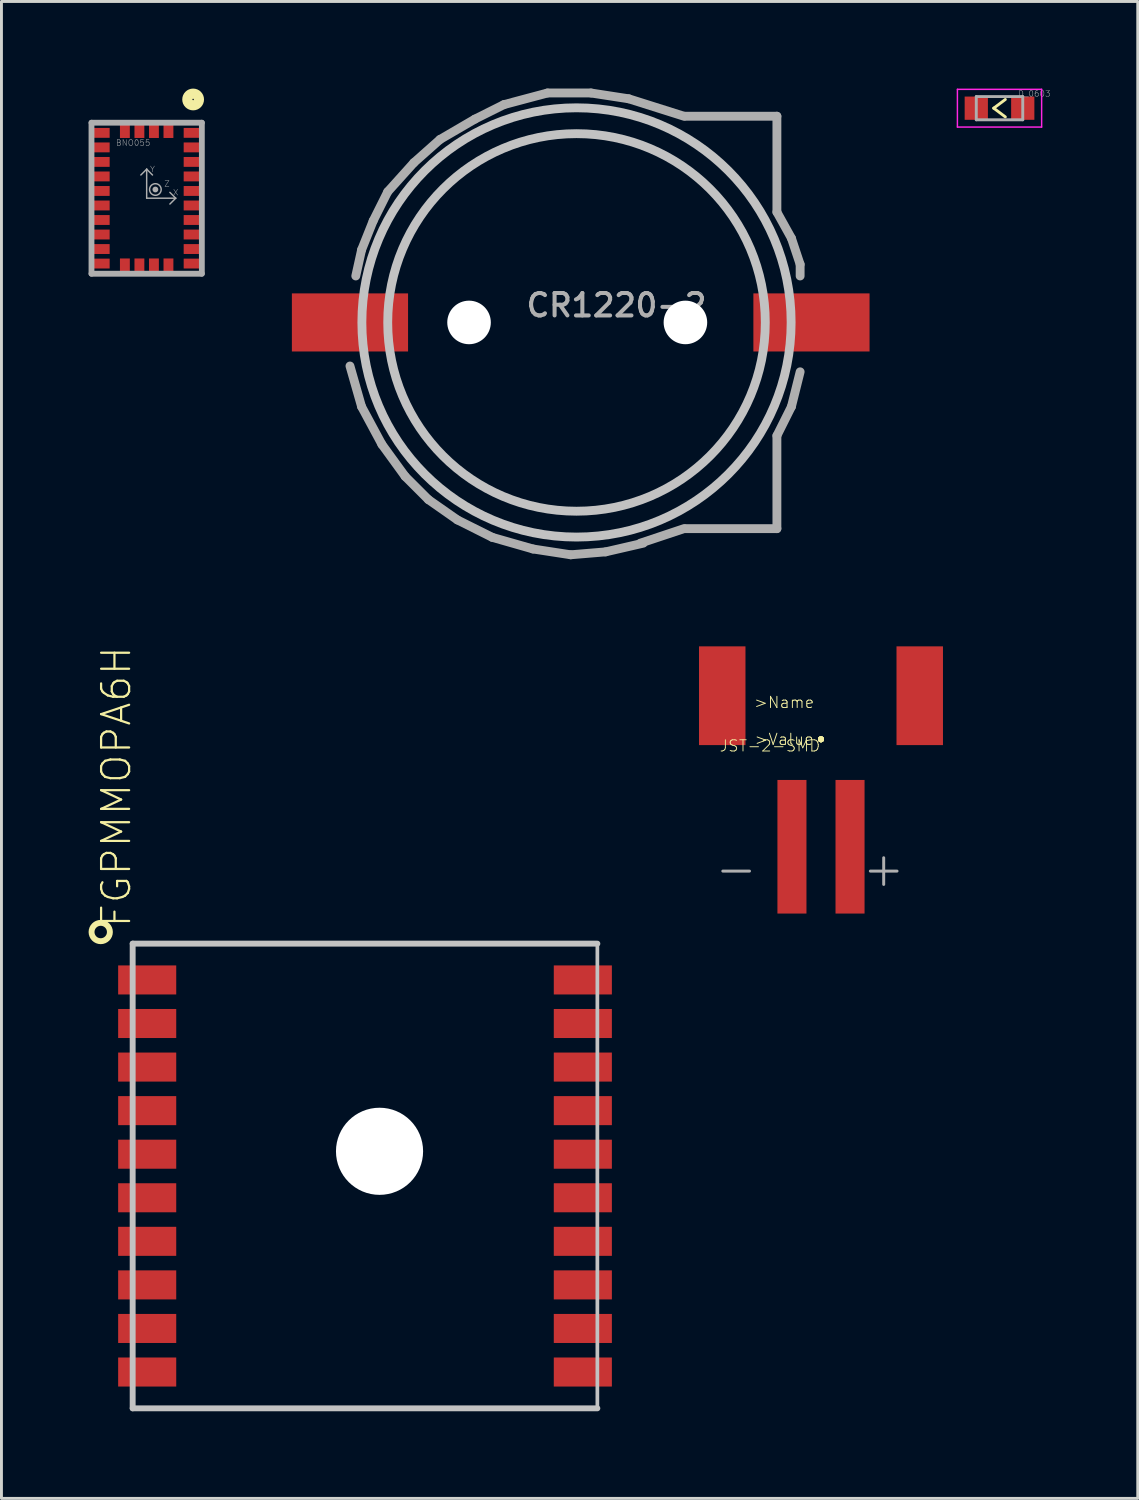
<source format=kicad_pcb>
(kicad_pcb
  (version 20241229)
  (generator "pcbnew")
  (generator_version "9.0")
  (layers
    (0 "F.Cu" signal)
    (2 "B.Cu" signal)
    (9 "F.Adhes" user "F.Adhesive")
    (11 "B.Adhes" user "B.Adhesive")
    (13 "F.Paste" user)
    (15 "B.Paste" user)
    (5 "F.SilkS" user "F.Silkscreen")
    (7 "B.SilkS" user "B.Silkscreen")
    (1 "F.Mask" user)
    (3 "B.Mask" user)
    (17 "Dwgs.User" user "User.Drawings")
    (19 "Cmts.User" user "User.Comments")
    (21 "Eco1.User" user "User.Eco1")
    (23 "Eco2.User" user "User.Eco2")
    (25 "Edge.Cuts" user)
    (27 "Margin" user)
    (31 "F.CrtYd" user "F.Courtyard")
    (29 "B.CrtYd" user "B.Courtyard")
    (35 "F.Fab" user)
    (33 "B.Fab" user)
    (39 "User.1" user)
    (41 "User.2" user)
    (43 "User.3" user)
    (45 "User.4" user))
  (footprint "D_0603"
    (layer "F.Cu")
    (at 31.365 0.675)
    (property "Reference" "D_0603" (at 1.2 -0.5 0) (layer "F.Fab") (effects (font (size 0.2 0.2) (thickness 0.015))))
    (attr smd)
    (fp_line (start -0.2 0) (end 0.2 -0.3) (stroke (width 0.1) (type solid)) (layer "F.SilkS"))
    (fp_line (start 0.2 0.3) (end -0.2 0) (stroke (width 0.1) (type solid)) (layer "F.SilkS"))
    (fp_line (start -1.45 -0.65) (end 1.45 -0.65) (stroke (width 0.05) (type solid)) (layer "F.CrtYd"))
    (fp_line (start -1.45 0.65) (end -1.45 -0.65) (stroke (width 0.05) (type solid)) (layer "F.CrtYd"))
    (fp_line (start 1.45 -0.65) (end 1.45 0.65) (stroke (width 0.05) (type solid)) (layer "F.CrtYd"))
    (fp_line (start 1.45 0.65) (end -1.45 0.65) (stroke (width 0.05) (type solid)) (layer "F.CrtYd"))
    (fp_line (start -0.8 -0.4) (end 0.8 -0.4) (stroke (width 0.1) (type solid)) (layer "F.Fab"))
    (fp_line (start -0.8 0.4) (end -0.8 -0.4) (stroke (width 0.1) (type solid)) (layer "F.Fab"))
    (fp_line (start 0.8 -0.4) (end 0.8 0.4) (stroke (width 0.1) (type solid)) (layer "F.Fab"))
    (fp_line (start 0.8 0.4) (end -0.8 0.4) (stroke (width 0.1) (type solid)) (layer "F.Fab"))
    (pad "1" smd rect (at -0.8 0 180) (size 0.8 0.8) (layers "F.Cu" "F.Mask" "F.Paste"))
    (pad "2" smd rect (at 0.8 0 180) (size 0.8 0.8) (layers "F.Cu" "F.Mask" "F.Paste")))
  (footprint "JST-2-SMD"
    (layer "F.Cu")
    (at 25.218 22.405)
    (property "Reference" "JST-2-SMD" (at 0 0 180) (layer "F.SilkS") (effects (font (size 0.386 0.386) (thickness 0.031)) (justify right top)))
    (attr through_hole)
    (fp_line (start 0 0) (end 0 0) (stroke (width 0.203) (type solid)) (layer "F.SilkS"))
    (fp_line (start 0 0) (end 0 0) (stroke (width 0.203) (type solid)) (layer "F.SilkS"))
    (fp_line (start 0 0) (end 0 0) (stroke (width 0.203) (type solid)) (layer "F.SilkS"))
    (fp_line (start 0 0) (end 0 0) (stroke (width 0.203) (type solid)) (layer "F.SilkS"))
    (fp_line (start 0 0) (end 0 0) (stroke (width 0.203) (type solid)) (layer "F.SilkS"))
    (fp_line (start 0 0) (end 0 0) (stroke (width 0.203) (type solid)) (layer "F.SilkS"))
    (fp_line (start 0 0) (end 0 0) (stroke (width 0.203) (type solid)) (layer "F.SilkS"))
    (fp_line (start 0 0) (end 0 0) (stroke (width 0.203) (type solid)) (layer "F.SilkS"))
    (fp_line (start 0 0) (end 0 0) (stroke (width 0.203) (type solid)) (layer "F.SilkS"))
    (fp_text user ">Value" (at -1.27 0 0) (layer "F.SilkS") (effects (font (size 0.386 0.386) (thickness 0.033))))
    (fp_text user ">Name" (at -1.27 -1.27 0) (layer "F.SilkS") (effects (font (size 0.386 0.386) (thickness 0.033))))
    (fp_text user "-" (at -2.921 4.445 0) (layer "F.Fab") (effects (font (size 1.206 1.206) (thickness 0.102))))
    (fp_text user "+" (at 2.159 4.445 0) (layer "F.Fab") (effects (font (size 1.206 1.206) (thickness 0.102))))
    (pad "1" smd rect (at -1 3.7) (size 1 4.6) (layers "F.Cu" "F.Mask" "F.Paste"))
    (pad "2" smd rect (at 1 3.7) (size 1 4.6) (layers "F.Cu" "F.Mask" "F.Paste"))
    (pad "NC1" smd rect (at -3.4 -1.5 90) (size 3.4 1.6) (layers "F.Cu" "F.Mask" "F.Paste"))
    (pad "NC2" smd rect (at 3.4 -1.5 90) (size 3.4 1.6) (layers "F.Cu" "F.Mask" "F.Paste")))
  (footprint "BNO055"
    (layer "F.Cu")
    (at 2 3.775)
    (property "Reference" "BNO055" (at -1.071 -1.792 0) (layer "F.Fab") (effects (font (size 0.2 0.2) (thickness 0.015)) (justify left bottom)))
    (attr through_hole)
    (fp_circle (center 1.6 -3.4) (end 1.6 -3.2) (stroke (width 0.35) (type solid)) (fill no) (layer "F.SilkS"))
    (fp_line (start -1.9 -2.6) (end 1.9 -2.6) (stroke (width 0.2) (type solid)) (layer "F.Fab"))
    (fp_line (start -1.9 2.6) (end -1.9 -2.6) (stroke (width 0.2) (type solid)) (layer "F.Fab"))
    (fp_line (start -0.2 -0.8) (end 0 -1) (stroke (width 0.05) (type solid)) (layer "F.Fab"))
    (fp_line (start 0 -1) (end 0 0) (stroke (width 0.05) (type solid)) (layer "F.Fab"))
    (fp_line (start 0 0) (end 1 0) (stroke (width 0.05) (type solid)) (layer "F.Fab"))
    (fp_line (start 0.2 -0.8) (end 0 -1) (stroke (width 0.05) (type solid)) (layer "F.Fab"))
    (fp_line (start 0.8 -0.2) (end 1 0) (stroke (width 0.05) (type solid)) (layer "F.Fab"))
    (fp_line (start 1 0) (end 0.8 0.2) (stroke (width 0.05) (type solid)) (layer "F.Fab"))
    (fp_line (start 1.9 -2.6) (end 1.9 2.6) (stroke (width 0.2) (type solid)) (layer "F.Fab"))
    (fp_line (start 1.9 2.6) (end -1.9 2.6) (stroke (width 0.2) (type solid)) (layer "F.Fab"))
    (fp_circle (center 0.3 -0.3) (end 0.35 -0.3) (stroke (width 0.1) (type solid)) (fill no) (layer "F.Fab"))
    (fp_circle (center 0.3 -0.3) (end 0.5 -0.3) (stroke (width 0.05) (type solid)) (fill no) (layer "F.Fab"))
    (fp_text user "X" (at 1 -0.2 0) (layer "F.Fab") (effects (font (size 0.2 0.2) (thickness 0.015))))
    (fp_text user "Y" (at 0.2 -1 0) (layer "F.Fab") (effects (font (size 0.2 0.2) (thickness 0.015))))
    (fp_text user "Z" (at 0.7 -0.5 0) (layer "F.Fab") (effects (font (size 0.2 0.2) (thickness 0.015))))
    (pad "1" smd rect (at 1.562 -2.25 270) (size 0.34 0.575) (layers "F.Cu" "F.Mask" "F.Paste"))
    (pad "2" smd rect (at 0.75 -2.312 270) (size 0.475 0.34) (layers "F.Cu" "F.Mask" "F.Paste"))
    (pad "3" smd rect (at 0.25 -2.312 270) (size 0.475 0.34) (layers "F.Cu" "F.Mask" "F.Paste"))
    (pad "4" smd rect (at -0.25 -2.312 270) (size 0.475 0.34) (layers "F.Cu" "F.Mask" "F.Paste"))
    (pad "5" smd rect (at -0.75 -2.312 270) (size 0.475 0.34) (layers "F.Cu" "F.Mask" "F.Paste"))
    (pad "6" smd rect (at -1.562 -2.25 270) (size 0.34 0.575) (layers "F.Cu" "F.Mask" "F.Paste"))
    (pad "7" smd rect (at -1.562 -1.75 270) (size 0.34 0.575) (layers "F.Cu" "F.Mask" "F.Paste"))
    (pad "8" smd rect (at -1.562 -1.25 270) (size 0.34 0.575) (layers "F.Cu" "F.Mask" "F.Paste"))
    (pad "9" smd rect (at -1.562 -0.75 270) (size 0.34 0.575) (layers "F.Cu" "F.Mask" "F.Paste"))
    (pad "10" smd rect (at -1.562 -0.25 270) (size 0.34 0.575) (layers "F.Cu" "F.Mask" "F.Paste"))
    (pad "11" smd rect (at -1.562 0.25 270) (size 0.34 0.575) (layers "F.Cu" "F.Mask" "F.Paste"))
    (pad "12" smd rect (at -1.562 0.75 270) (size 0.34 0.575) (layers "F.Cu" "F.Mask" "F.Paste"))
    (pad "13" smd rect (at -1.562 1.25 270) (size 0.34 0.575) (layers "F.Cu" "F.Mask" "F.Paste"))
    (pad "14" smd rect (at -1.562 1.75 270) (size 0.34 0.575) (layers "F.Cu" "F.Mask" "F.Paste"))
    (pad "15" smd rect (at -1.562 2.25 270) (size 0.34 0.575) (layers "F.Cu" "F.Mask" "F.Paste"))
    (pad "16" smd rect (at -0.75 2.312 270) (size 0.475 0.34) (layers "F.Cu" "F.Mask" "F.Paste"))
    (pad "17" smd rect (at -0.25 2.312 270) (size 0.475 0.34) (layers "F.Cu" "F.Mask" "F.Paste"))
    (pad "18" smd rect (at 0.25 2.312 270) (size 0.475 0.34) (layers "F.Cu" "F.Mask" "F.Paste"))
    (pad "19" smd rect (at 0.75 2.312 270) (size 0.475 0.34) (layers "F.Cu" "F.Mask" "F.Paste"))
    (pad "20" smd rect (at 1.562 2.25 270) (size 0.34 0.575) (layers "F.Cu" "F.Mask" "F.Paste"))
    (pad "21" smd rect (at 1.562 1.75 270) (size 0.34 0.575) (layers "F.Cu" "F.Mask" "F.Paste"))
    (pad "22" smd rect (at 1.562 1.25 270) (size 0.34 0.575) (layers "F.Cu" "F.Mask" "F.Paste"))
    (pad "23" smd rect (at 1.562 0.75 270) (size 0.34 0.575) (layers "F.Cu" "F.Mask" "F.Paste"))
    (pad "24" smd rect (at 1.562 0.25 270) (size 0.34 0.575) (layers "F.Cu" "F.Mask" "F.Paste"))
    (pad "25" smd rect (at 1.562 -0.25 270) (size 0.34 0.575) (layers "F.Cu" "F.Mask" "F.Paste"))
    (pad "26" smd rect (at 1.562 -0.75 270) (size 0.34 0.575) (layers "F.Cu" "F.Mask" "F.Paste"))
    (pad "27" smd rect (at 1.562 -1.25 270) (size 0.34 0.575) (layers "F.Cu" "F.Mask" "F.Paste"))
    (pad "28" smd rect (at 1.562 -1.75 270) (size 0.34 0.575) (layers "F.Cu" "F.Mask" "F.Paste")))
  (footprint "CR1220-2"
    (layer "F.Cu")
    (at 16.6 8.052)
    (property "Reference" "CR1220-2" (at -1.602 -0.14 0) (layer "F.Fab") (effects (font (size 0.772 0.772) (thickness 0.139)) (justify left bottom)))
    (attr through_hole)
    (fp_circle (center 0.2 0) (end 6.7 0) (stroke (width 0.305) (type solid)) (fill no) (layer "Dwgs.User"))
    (fp_circle (center 0.2 0) (end 7.59 0) (stroke (width 0.305) (type solid)) (fill no) (layer "Dwgs.User"))
    (fp_line (start -7.6 1.5) (end -7.2 2.9) (stroke (width 0.305) (type solid)) (layer "F.Fab"))
    (fp_line (start -7.4 -1.6) (end -7.2 -2.5) (stroke (width 0.305) (type solid)) (layer "F.Fab"))
    (fp_line (start -7.2 -2.5) (end -6.8 -3.5) (stroke (width 0.305) (type solid)) (layer "F.Fab"))
    (fp_line (start -7.2 2.9) (end -6.5 4.2) (stroke (width 0.305) (type solid)) (layer "F.Fab"))
    (fp_line (start -6.8 -3.5) (end -6.3 -4.5) (stroke (width 0.305) (type solid)) (layer "F.Fab"))
    (fp_line (start -6.5 4.2) (end -5.7 5.3) (stroke (width 0.305) (type solid)) (layer "F.Fab"))
    (fp_line (start -6.3 -4.5) (end -5.4 -5.5) (stroke (width 0.305) (type solid)) (layer "F.Fab"))
    (fp_line (start -5.7 5.3) (end -4.9 6.1) (stroke (width 0.305) (type solid)) (layer "F.Fab"))
    (fp_line (start -5.4 -5.5) (end -4.5 -6.3) (stroke (width 0.305) (type solid)) (layer "F.Fab"))
    (fp_line (start -4.9 6.1) (end -3.9 6.8) (stroke (width 0.305) (type solid)) (layer "F.Fab"))
    (fp_line (start -4.5 -6.3) (end -3.3 -7) (stroke (width 0.305) (type solid)) (layer "F.Fab"))
    (fp_line (start -3.9 6.8) (end -2.7 7.4) (stroke (width 0.305) (type solid)) (layer "F.Fab"))
    (fp_line (start -3.3 -7) (end -2.3 -7.5) (stroke (width 0.305) (type solid)) (layer "F.Fab"))
    (fp_line (start -2.7 7.4) (end -1.3 7.8) (stroke (width 0.305) (type solid)) (layer "F.Fab"))
    (fp_line (start -2.3 -7.5) (end -0.8 -7.9) (stroke (width 0.305) (type solid)) (layer "F.Fab"))
    (fp_line (start -1.3 7.8) (end 0 8) (stroke (width 0.305) (type solid)) (layer "F.Fab"))
    (fp_line (start -0.8 -7.9) (end 0.7 -7.9) (stroke (width 0.305) (type solid)) (layer "F.Fab"))
    (fp_line (start 0 8) (end 1.2 7.9) (stroke (width 0.305) (type solid)) (layer "F.Fab"))
    (fp_line (start 0.7 -7.9) (end 2 -7.7) (stroke (width 0.305) (type solid)) (layer "F.Fab"))
    (fp_line (start 1.2 7.9) (end 2.5 7.6) (stroke (width 0.305) (type solid)) (layer "F.Fab"))
    (fp_line (start 2 -7.7) (end 3.9 -7.1) (stroke (width 0.305) (type solid)) (layer "F.Fab"))
    (fp_line (start 2.4 7.6) (end 3.9 7.1) (stroke (width 0.305) (type solid)) (layer "F.Fab"))
    (fp_line (start 3.95 -7.1) (end 7.1 -7.1) (stroke (width 0.305) (type solid)) (layer "F.Fab"))
    (fp_line (start 3.95 7.1) (end 7.1 7.1) (stroke (width 0.305) (type solid)) (layer "F.Fab"))
    (fp_line (start 7.1 -7.1) (end 7.1 -3.8) (stroke (width 0.305) (type solid)) (layer "F.Fab"))
    (fp_line (start 7.1 -3.8) (end 7.6 -2.9) (stroke (width 0.305) (type solid)) (layer "F.Fab"))
    (fp_line (start 7.1 3.9) (end 7.6 2.9) (stroke (width 0.305) (type solid)) (layer "F.Fab"))
    (fp_line (start 7.1 7.1) (end 7.1 3.9) (stroke (width 0.305) (type solid)) (layer "F.Fab"))
    (fp_line (start 7.6 -2.9) (end 7.9 -2) (stroke (width 0.305) (type solid)) (layer "F.Fab"))
    (fp_line (start 7.6 2.9) (end 7.9 1.7) (stroke (width 0.305) (type solid)) (layer "F.Fab"))
    (fp_line (start 7.9 -2) (end 7.9 -1.6) (stroke (width 0.305) (type solid)) (layer "F.Fab"))
    (pad "" np_thru_hole circle (at -3.5 0) (size 1.5 1.5) (drill 1.5) (layers "*.Cu"))
    (pad "" np_thru_hole circle (at 3.95 0) (size 1.5 1.5) (drill 1.5) (layers "*.Cu"))
    (pad "+" smd rect (at 8.29 0) (size 4 2) (layers "F.Cu" "F.Mask" "F.Paste"))
    (pad "-" smd rect (at -7.6 0) (size 4 2) (layers "F.Cu" "F.Mask" "F.Paste")))
  (footprint "FGPMMOPA6H"
    (layer "F.Cu")
    (at 9.518 37.441)
    (property "Reference" "FGPMMOPA6H" (at -8 -8.5 270) (layer "F.SilkS") (effects (font (size 0.965 0.965) (thickness 0.077)) (justify left bottom)))
    (attr through_hole)
    (fp_circle (center -9.1 -8.4) (end -8.784 -8.4) (stroke (width 0.203) (type solid)) (fill no) (layer "F.SilkS"))
    (fp_line (start -8 -8) (end 8 -8) (stroke (width 0.203) (type solid)) (layer "Dwgs.User"))
    (fp_line (start -8 8) (end -8 -8) (stroke (width 0.203) (type solid)) (layer "Dwgs.User"))
    (fp_line (start 8 -8) (end 8 8) (stroke (width 0.127) (type solid)) (layer "Dwgs.User"))
    (fp_line (start 8 8) (end -8 8) (stroke (width 0.203) (type solid)) (layer "Dwgs.User"))
    (fp_circle (center 0.5 -0.85) (end 1 -0.85) (stroke (width 0.813) (type solid)) (fill no) (layer "Dwgs.User"))
    (pad "" np_thru_hole circle (at 0.5 -0.85) (size 3 3) (drill 3) (layers "*.Cu"))
    (pad "1" smd rect (at -7.5 -6.75) (size 2 1) (layers "F.Cu" "F.Mask" "F.Paste"))
    (pad "2" smd rect (at -7.5 -5.25) (size 2 1) (layers "F.Cu" "F.Mask" "F.Paste"))
    (pad "3" smd rect (at -7.5 -3.75) (size 2 1) (layers "F.Cu" "F.Mask" "F.Paste"))
    (pad "4" smd rect (at -7.5 -2.25) (size 2 1) (layers "F.Cu" "F.Mask" "F.Paste"))
    (pad "5" smd rect (at -7.5 -0.75) (size 2 1) (layers "F.Cu" "F.Mask" "F.Paste"))
    (pad "6" smd rect (at -7.5 0.75) (size 2 1) (layers "F.Cu" "F.Mask" "F.Paste"))
    (pad "7" smd rect (at -7.5 2.25) (size 2 1) (layers "F.Cu" "F.Mask" "F.Paste"))
    (pad "8" smd rect (at -7.5 3.75) (size 2 1) (layers "F.Cu" "F.Mask" "F.Paste"))
    (pad "9" smd rect (at -7.5 5.25) (size 2 1) (layers "F.Cu" "F.Mask" "F.Paste"))
    (pad "10" smd rect (at -7.5 6.75) (size 2 1) (layers "F.Cu" "F.Mask" "F.Paste"))
    (pad "11" smd rect (at 7.5 6.75 180) (size 2 1) (layers "F.Cu" "F.Mask" "F.Paste"))
    (pad "12" smd rect (at 7.5 5.25 180) (size 2 1) (layers "F.Cu" "F.Mask" "F.Paste"))
    (pad "13" smd rect (at 7.5 3.75 180) (size 2 1) (layers "F.Cu" "F.Mask" "F.Paste"))
    (pad "14" smd rect (at 7.5 2.25 180) (size 2 1) (layers "F.Cu" "F.Mask" "F.Paste"))
    (pad "15" smd rect (at 7.5 0.75 180) (size 2 1) (layers "F.Cu" "F.Mask" "F.Paste"))
    (pad "16" smd rect (at 7.5 -0.75 180) (size 2 1) (layers "F.Cu" "F.Mask" "F.Paste"))
    (pad "17" smd rect (at 7.5 -2.25 180) (size 2 1) (layers "F.Cu" "F.Mask" "F.Paste"))
    (pad "18" smd rect (at 7.5 -3.75 180) (size 2 1) (layers "F.Cu" "F.Mask" "F.Paste"))
    (pad "19" smd rect (at 7.5 -5.25 180) (size 2 1) (layers "F.Cu" "F.Mask" "F.Paste"))
    (pad "20" smd rect (at 7.5 -6.75 180) (size 2 1) (layers "F.Cu" "F.Mask" "F.Paste")))
  (gr_rect
    (start -3 -3)
    (end 36.125 48.543)
    (stroke (width 0.1) (type default))
    (fill no)
    (layer "Edge.Cuts")))
</source>
